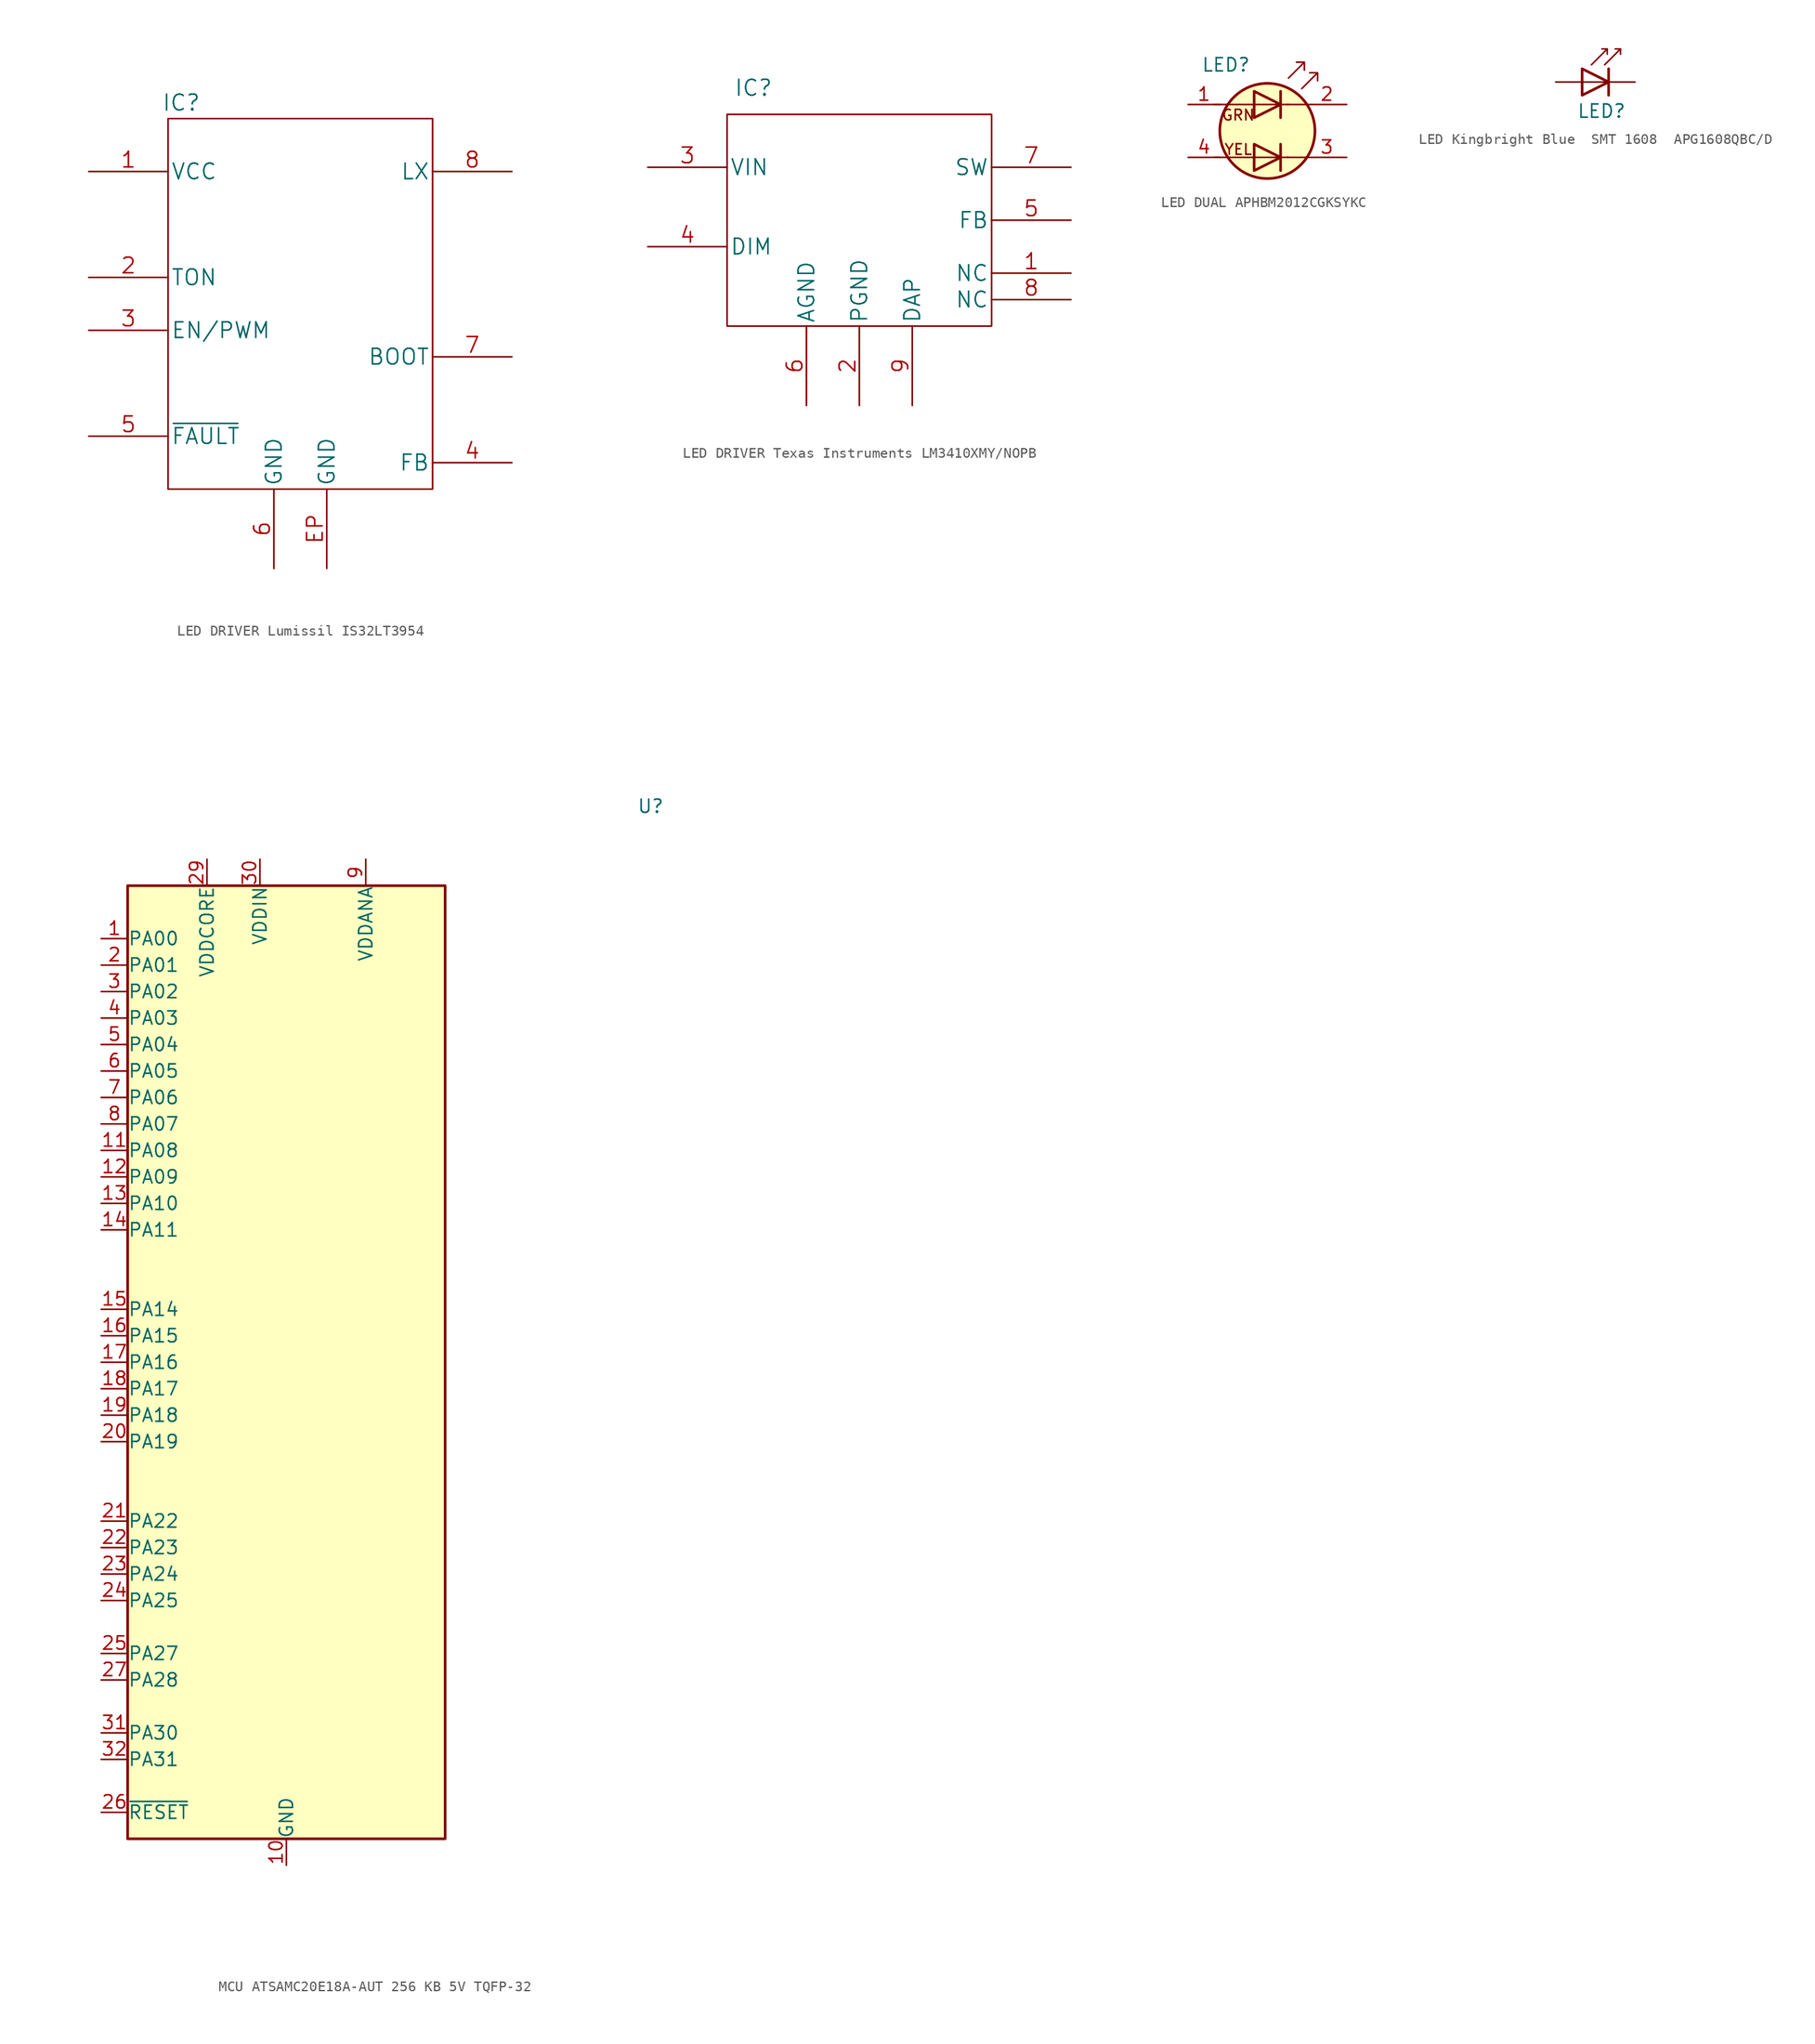
<source format=kicad_sym>
(kicad_symbol_lib
  (version 20241209)
  (generator "kicad_symbol_editor")
  (generator_version "9.0")
  (symbol "LED DRIVER Lumissil IS32LT3954"
    (pin_names
      (offset 0.254))
    (property "Reference" "IC"
      (at -11.43 16.764 0)
      (effects (font (size 1.524 1.524))))
    (symbol "LED DRIVER Lumissil IS32LT3954_1_1"
      (rectangle (start -12.7 15.24) (end 12.7 -20.32) (stroke (width 0) (type default)) (fill (type none)))
      (pin power_in line (at -20.32 10.16 0) (length 7.62) (name "VCC" (effects (font (size 1.499 1.499)))) (number "1" (effects (font (size 1.499 1.499)))))
      (pin input line (at -20.32 0 0) (length 7.62) (name "TON" (effects (font (size 1.499 1.499)))) (number "2" (effects (font (size 1.499 1.499)))))
      (pin input line (at -20.32 -5.08 0) (length 7.62) (name "EN/PWM" (effects (font (size 1.499 1.499)))) (number "3" (effects (font (size 1.499 1.499)))))
      (pin open_collector line (at -20.32 -15.24 0) (length 7.62) (name "~{FAULT}" (effects (font (size 1.499 1.499)))) (number "5" (effects (font (size 1.499 1.499)))))
      (pin power_in line (at -2.54 -27.94 90) (length 7.62) (name "GND" (effects (font (size 1.499 1.499)))) (number "6" (effects (font (size 1.499 1.499)))))
      (pin power_in line (at 2.54 -27.94 90) (length 7.62) (name "GND" (effects (font (size 1.499 1.499)))) (number "EP" (effects (font (size 1.499 1.499)))))
      (pin power_in line (at 20.32 10.16 180) (length 7.62) (name "LX" (effects (font (size 1.499 1.499)))) (number "8" (effects (font (size 1.499 1.499)))))
      (pin output line (at 20.32 -7.62 180) (length 7.62) (name "BOOT" (effects (font (size 1.499 1.499)))) (number "7" (effects (font (size 1.499 1.499)))))
      (pin input line (at 20.32 -17.78 180) (length 7.62) (name "FB" (effects (font (size 1.499 1.499)))) (number "4" (effects (font (size 1.499 1.499)))))))
  (symbol "LED DRIVER Texas Instruments LM3410XMY/NOPB"
    (pin_names
      (offset 0.254))
    (property "Reference" "IC"
      (at 2.54 2.54 0)
      (effects (font (size 1.524 1.524))))
    (symbol "LED DRIVER Texas Instruments LM3410XMY/NOPB_1_1"
      (rectangle (start 0 0) (end 25.4 -20.32) (stroke (width 0) (type default)) (fill (type none)))
      (pin power_in line (at -7.62 -5.08 0) (length 7.62) (name "VIN" (effects (font (size 1.499 1.499)))) (number "3" (effects (font (size 1.499 1.499)))))
      (pin input line (at -7.62 -12.7 0) (length 7.62) (name "DIM" (effects (font (size 1.499 1.499)))) (number "4" (effects (font (size 1.499 1.499)))))
      (pin power_in line (at 7.62 -27.94 90) (length 7.62) (name "AGND" (effects (font (size 1.499 1.499)))) (number "6" (effects (font (size 1.499 1.499)))))
      (pin power_in line (at 12.7 -27.94 90) (length 7.62) (name "PGND" (effects (font (size 1.499 1.499)))) (number "2" (effects (font (size 1.499 1.499)))))
      (pin power_in line (at 17.78 -27.94 90) (length 7.62) (name "DAP" (effects (font (size 1.499 1.499)))) (number "9" (effects (font (size 1.499 1.499)))))
      (pin power_out line (at 33.02 -5.08 180) (length 7.62) (name "SW" (effects (font (size 1.499 1.499)))) (number "7" (effects (font (size 1.499 1.499)))))
      (pin input line (at 33.02 -10.16 180) (length 7.62) (name "FB" (effects (font (size 1.499 1.499)))) (number "5" (effects (font (size 1.499 1.499)))))
      (pin passive line (at 33.02 -15.24 180) (length 7.62) (name "NC" (effects (font (size 1.499 1.499)))) (number "1" (effects (font (size 1.499 1.499)))))
      (pin passive line (at 33.02 -17.78 180) (length 7.62) (name "NC" (effects (font (size 1.499 1.499)))) (number "8" (effects (font (size 1.499 1.499)))))))
  (symbol "LED DUAL APHBM2012CGKSYKC "
    (pin_names
      (offset 0)
      (hide yes))
    (property "Reference" "LED"
      (at -6.35 6.35 0)
      (effects (font (size 1.27 1.27)) (justify left)))
    (symbol "LED DUAL APHBM2012CGKSYKC _0_0"
      (text "GRN" (at -2.794 1.524 0) (effects (font (size 1.016 1.016))))
      (text "YEL" (at -2.794 -1.778 0) (effects (font (size 1.016 1.016)))))
    (symbol "LED DUAL APHBM2012CGKSYKC _0_1"
      (polyline (pts (xy -5.08 2.54) (xy 2.032 2.54)) (stroke (width 0) (type default)) (fill (type none)))
      (polyline (pts (xy -5.08 -2.54) (xy 2.032 -2.54)) (stroke (width 0) (type default)) (fill (type none)))
      (polyline (pts (xy -1.27 3.81) (xy -1.27 1.27) (xy 1.27 2.54) (xy -1.27 3.81)) (stroke (width 0.254) (type default)) (fill (type none)))
      (polyline (pts (xy -1.27 -1.27) (xy -1.27 -3.81) (xy 1.27 -2.54) (xy -1.27 -1.27)) (stroke (width 0.254) (type default)) (fill (type none)))
      (circle (center 0 0) (radius 4.572) (stroke (width 0.254) (type default)) (fill (type background)))
      (polyline (pts (xy 1.27 3.81) (xy 1.27 1.27)) (stroke (width 0.254) (type default)) (fill (type none)))
      (polyline (pts (xy 1.27 -1.27) (xy 1.27 -3.81)) (stroke (width 0.254) (type default)) (fill (type none)))
      (polyline (pts (xy 2.032 5.08) (xy 3.556 6.604) (xy 2.794 6.604) (xy 3.556 6.604) (xy 3.556 5.842)) (stroke (width 0) (type default)) (fill (type none)))
      (polyline (pts (xy 3.302 4.064) (xy 4.826 5.588) (xy 4.064 5.588) (xy 4.826 5.588) (xy 4.826 4.826)) (stroke (width 0) (type default)) (fill (type none)))
      (polyline (pts (xy 3.81 2.54) (xy 1.905 2.54)) (stroke (width 0) (type default)) (fill (type none)))
      (polyline (pts (xy 3.81 -2.54) (xy 1.905 -2.54)) (stroke (width 0) (type default)) (fill (type none))))
    (symbol "LED DUAL APHBM2012CGKSYKC _1_1"
      (pin input line (at -7.62 2.54 0) (length 3.048) (name "A1" (effects (font (size 1.27 1.27)))) (number "1" (effects (font (size 1.27 1.27)))))
      (pin input line (at -7.62 -2.54 0) (length 3.048) (name "A2" (effects (font (size 1.27 1.27)))) (number "4" (effects (font (size 1.27 1.27)))))
      (pin input line (at 7.62 2.54 180) (length 3.81) (name "K1" (effects (font (size 1.27 1.27)))) (number "2" (effects (font (size 1.27 1.27)))))
      (pin input line (at 7.62 -2.54 180) (length 3.81) (name "K2" (effects (font (size 1.27 1.27)))) (number "3" (effects (font (size 1.27 1.27)))))))
  (symbol "LED Kingbright Blue  SMT 1608  APG1608QBC/D"
    (pin_numbers
      (hide yes))
    (pin_names
      (offset 1.016)
      (hide yes))
    (property "Reference" "LED"
      (at -3.048 -2.794 0)
      (effects (font (size 1.27 1.27)) (justify left)))
    (symbol "LED Kingbright Blue  SMT 1608  APG1608QBC/D_0_1"
      (polyline (pts (xy -2.54 0) (xy 0 0)) (stroke (width 0) (type default)) (fill (type none)))
      (polyline (pts (xy -2.54 -1.27) (xy 0 0) (xy -2.54 1.27) (xy -2.54 -1.27)) (stroke (width 0.254) (type default)) (fill (type none)))
      (polyline (pts (xy -1.651 1.651) (xy -0.127 3.175) (xy -0.127 2.667) (xy -0.127 3.175) (xy -0.635 3.175)) (stroke (width 0) (type default)) (fill (type none)))
      (polyline (pts (xy -0.381 1.651) (xy 1.143 3.175) (xy 1.143 2.667)) (stroke (width 0) (type default)) (fill (type none)))
      (polyline (pts (xy 0 -1.27) (xy 0 1.27)) (stroke (width 0.254) (type default)) (fill (type none)))
      (polyline (pts (xy 1.143 3.175) (xy 0.635 3.175)) (stroke (width 0) (type default)) (fill (type none))))
    (symbol "LED Kingbright Blue  SMT 1608  APG1608QBC/D_1_1"
      (pin passive line (at -5.08 0 0) (length 2.54) (name "A" (effects (font (size 1.27 1.27)))) (number "2" (effects (font (size 1.27 1.27)))))
      (pin passive line (at 2.54 0 180) (length 2.54) (name "K" (effects (font (size 1.27 1.27)))) (number "1" (effects (font (size 1.27 1.27)))))))
  (symbol "MCU ATSAMC20E18A-AUT 256 KB 5V TQFP-32"
    (pin_names
      (offset 0.002))
    (property "Reference" "U"
      (at 33.655 53.34 0)
      (effects (font (size 1.27 1.27)) (justify left)))
    (symbol "MCU ATSAMC20E18A-AUT 256 KB 5V TQFP-32_1_1"
      (rectangle (start -15.24 45.72) (end 15.24 -45.72) (stroke (width 0.254) (type default)) (fill (type background)))
      (pin bidirectional line (at -17.78 40.64 0) (length 2.54) (name "PA00" (effects (font (size 1.27 1.27)))) (number "1" (effects (font (size 1.27 1.27)))))
      (pin bidirectional line (at -17.78 38.1 0) (length 2.54) (name "PA01" (effects (font (size 1.27 1.27)))) (number "2" (effects (font (size 1.27 1.27)))))
      (pin bidirectional line (at -17.78 35.56 0) (length 2.54) (name "PA02" (effects (font (size 1.27 1.27)))) (number "3" (effects (font (size 1.27 1.27)))))
      (pin bidirectional line (at -17.78 33.02 0) (length 2.54) (name "PA03" (effects (font (size 1.27 1.27)))) (number "4" (effects (font (size 1.27 1.27)))))
      (pin bidirectional line (at -17.78 30.48 0) (length 2.54) (name "PA04" (effects (font (size 1.27 1.27)))) (number "5" (effects (font (size 1.27 1.27)))))
      (pin bidirectional line (at -17.78 27.94 0) (length 2.54) (name "PA05" (effects (font (size 1.27 1.27)))) (number "6" (effects (font (size 1.27 1.27)))))
      (pin bidirectional line (at -17.78 25.4 0) (length 2.54) (name "PA06" (effects (font (size 1.27 1.27)))) (number "7" (effects (font (size 1.27 1.27)))))
      (pin bidirectional line (at -17.78 22.86 0) (length 2.54) (name "PA07" (effects (font (size 1.27 1.27)))) (number "8" (effects (font (size 1.27 1.27)))))
      (pin bidirectional line (at -17.78 20.32 0) (length 2.54) (name "PA08" (effects (font (size 1.27 1.27)))) (number "11" (effects (font (size 1.27 1.27)))))
      (pin bidirectional line (at -17.78 17.78 0) (length 2.54) (name "PA09" (effects (font (size 1.27 1.27)))) (number "12" (effects (font (size 1.27 1.27)))))
      (pin bidirectional line (at -17.78 15.24 0) (length 2.54) (name "PA10" (effects (font (size 1.27 1.27)))) (number "13" (effects (font (size 1.27 1.27)))))
      (pin bidirectional line (at -17.78 12.7 0) (length 2.54) (name "PA11" (effects (font (size 1.27 1.27)))) (number "14" (effects (font (size 1.27 1.27)))))
      (pin bidirectional line (at -17.78 5.08 0) (length 2.54) (name "PA14" (effects (font (size 1.27 1.27)))) (number "15" (effects (font (size 1.27 1.27)))))
      (pin bidirectional line (at -17.78 2.54 0) (length 2.54) (name "PA15" (effects (font (size 1.27 1.27)))) (number "16" (effects (font (size 1.27 1.27)))))
      (pin bidirectional line (at -17.78 0 0) (length 2.54) (name "PA16" (effects (font (size 1.27 1.27)))) (number "17" (effects (font (size 1.27 1.27)))))
      (pin bidirectional line (at -17.78 -2.54 0) (length 2.54) (name "PA17" (effects (font (size 1.27 1.27)))) (number "18" (effects (font (size 1.27 1.27)))))
      (pin bidirectional line (at -17.78 -5.08 0) (length 2.54) (name "PA18" (effects (font (size 1.27 1.27)))) (number "19" (effects (font (size 1.27 1.27)))))
      (pin bidirectional line (at -17.78 -7.62 0) (length 2.54) (name "PA19" (effects (font (size 1.27 1.27)))) (number "20" (effects (font (size 1.27 1.27)))))
      (pin bidirectional line (at -17.78 -15.24 0) (length 2.54) (name "PA22" (effects (font (size 1.27 1.27)))) (number "21" (effects (font (size 1.27 1.27)))))
      (pin bidirectional line (at -17.78 -17.78 0) (length 2.54) (name "PA23" (effects (font (size 1.27 1.27)))) (number "22" (effects (font (size 1.27 1.27)))))
      (pin bidirectional line (at -17.78 -20.32 0) (length 2.54) (name "PA24" (effects (font (size 1.27 1.27)))) (number "23" (effects (font (size 1.27 1.27)))))
      (pin bidirectional line (at -17.78 -22.86 0) (length 2.54) (name "PA25" (effects (font (size 1.27 1.27)))) (number "24" (effects (font (size 1.27 1.27)))))
      (pin bidirectional line (at -17.78 -27.94 0) (length 2.54) (name "PA27" (effects (font (size 1.27 1.27)))) (number "25" (effects (font (size 1.27 1.27)))))
      (pin bidirectional line (at -17.78 -30.48 0) (length 2.54) (name "PA28" (effects (font (size 1.27 1.27)))) (number "27" (effects (font (size 1.27 1.27)))))
      (pin bidirectional line (at -17.78 -35.56 0) (length 2.54) (name "PA30" (effects (font (size 1.27 1.27)))) (number "31" (effects (font (size 1.27 1.27)))))
      (pin bidirectional line (at -17.78 -38.1 0) (length 2.54) (name "PA31" (effects (font (size 1.27 1.27)))) (number "32" (effects (font (size 1.27 1.27)))))
      (pin input line (at -17.78 -43.18 0) (length 2.54) (name "~{RESET}" (effects (font (size 1.27 1.27)))) (number "26" (effects (font (size 1.27 1.27)))))
      (pin power_out line (at -7.62 48.26 270) (length 2.54) (name "VDDCORE" (effects (font (size 1.27 1.27)))) (number "29" (effects (font (size 1.27 1.27)))))
      (pin power_in line (at -2.54 48.26 270) (length 2.54) (name "VDDIN" (effects (font (size 1.27 1.27)))) (number "30" (effects (font (size 1.27 1.27)))))
      (pin power_in line (at 0 -48.26 90) (length 2.54) (name "GND" (effects (font (size 1.27 1.27)))) (number "10" (effects (font (size 1.27 1.27)))))
      (pin passive line (at 0 -48.26 90) (length 2.54) (hide yes) (name "GND" (effects (font (size 1.27 1.27)))) (number "28" (effects (font (size 1.27 1.27)))))
      (pin power_in line (at 7.62 48.26 270) (length 2.54) (name "VDDANA" (effects (font (size 1.27 1.27)))) (number "9" (effects (font (size 1.27 1.27))))))))
</source>
